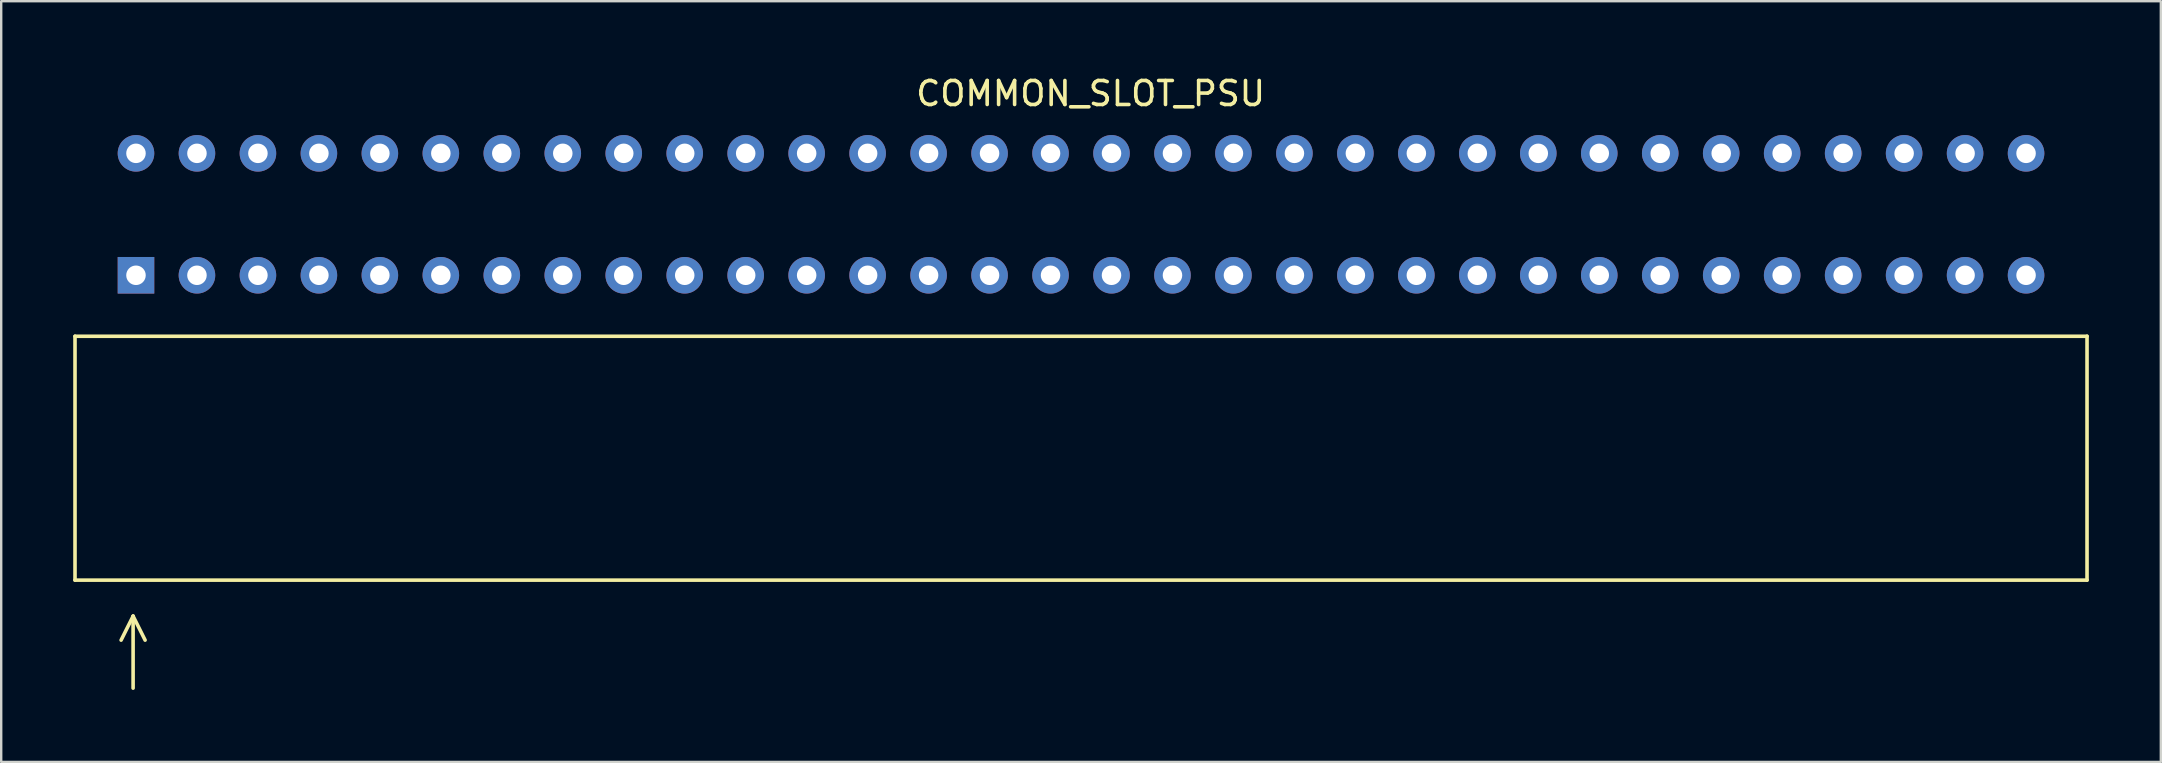
<source format=kicad_pcb>
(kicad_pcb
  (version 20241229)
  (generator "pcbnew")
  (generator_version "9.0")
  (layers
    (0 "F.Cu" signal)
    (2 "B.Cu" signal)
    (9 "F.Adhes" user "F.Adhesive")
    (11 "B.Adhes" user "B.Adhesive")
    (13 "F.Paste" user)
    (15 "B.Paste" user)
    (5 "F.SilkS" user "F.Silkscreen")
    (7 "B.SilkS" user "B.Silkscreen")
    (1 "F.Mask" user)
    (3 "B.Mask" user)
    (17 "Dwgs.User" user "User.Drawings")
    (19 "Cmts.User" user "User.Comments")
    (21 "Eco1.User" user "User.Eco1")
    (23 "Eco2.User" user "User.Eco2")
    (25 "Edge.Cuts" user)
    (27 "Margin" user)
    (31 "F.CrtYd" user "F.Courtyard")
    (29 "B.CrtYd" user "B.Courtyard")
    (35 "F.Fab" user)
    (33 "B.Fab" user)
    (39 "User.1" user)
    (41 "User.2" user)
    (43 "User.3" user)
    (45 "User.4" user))
  (footprint "COMMON_SLOT_PSU"
    (layer "F.Cu")
    (at 41.985 5.878)
    (property "Reference" "COMMON_SLOT_PSU" (at 0.4 -5.03 0) (layer "F.SilkS") (effects (font (size 1 1) (thickness 0.15))))
    (attr through_hole)
    (fp_line (start -41.91 5.08) (end -41.91 15.24) (stroke (width 0.15) (type solid)) (layer "F.SilkS"))
    (fp_line (start -39.49 16.74) (end -39.99 17.74) (stroke (width 0.15) (type solid)) (layer "F.SilkS"))
    (fp_line (start -39.49 16.74) (end -38.99 17.74) (stroke (width 0.15) (type solid)) (layer "F.SilkS"))
    (fp_line (start -39.49 19.74) (end -39.49 16.74) (stroke (width 0.15) (type solid)) (layer "F.SilkS"))
    (fp_line (start 41.91 5.08) (end -41.91 5.08) (stroke (width 0.15) (type solid)) (layer "F.SilkS"))
    (fp_line (start 41.91 5.08) (end 41.91 15.24) (stroke (width 0.15) (type solid)) (layer "F.SilkS"))
    (fp_line (start 41.91 15.24) (end -41.91 15.24) (stroke (width 0.15) (type solid)) (layer "F.SilkS"))
    (pad "1" thru_hole rect (at -39.37 2.54) (size 1.524 1.524) (drill 0.813) (layers "*.Cu" "*.Mask"))
    (pad "2" thru_hole circle (at -36.83 2.54) (size 1.524 1.524) (drill 0.813) (layers "*.Cu" "*.Mask"))
    (pad "3" thru_hole circle (at -34.29 2.54) (size 1.524 1.524) (drill 0.813) (layers "*.Cu" "*.Mask"))
    (pad "4" thru_hole circle (at -31.75 2.54) (size 1.524 1.524) (drill 0.813) (layers "*.Cu" "*.Mask"))
    (pad "5" thru_hole circle (at -29.21 2.54) (size 1.524 1.524) (drill 0.813) (layers "*.Cu" "*.Mask"))
    (pad "6" thru_hole circle (at -26.67 2.54) (size 1.524 1.524) (drill 0.813) (layers "*.Cu" "*.Mask"))
    (pad "7" thru_hole circle (at -24.13 2.54) (size 1.524 1.524) (drill 0.813) (layers "*.Cu" "*.Mask"))
    (pad "8" thru_hole circle (at -21.59 2.54) (size 1.524 1.524) (drill 0.813) (layers "*.Cu" "*.Mask"))
    (pad "9" thru_hole circle (at -19.05 2.54) (size 1.524 1.524) (drill 0.813) (layers "*.Cu" "*.Mask"))
    (pad "10" thru_hole circle (at -16.51 2.54) (size 1.524 1.524) (drill 0.813) (layers "*.Cu" "*.Mask"))
    (pad "11" thru_hole circle (at -13.97 2.54) (size 1.524 1.524) (drill 0.813) (layers "*.Cu" "*.Mask"))
    (pad "12" thru_hole circle (at -11.43 2.54) (size 1.524 1.524) (drill 0.813) (layers "*.Cu" "*.Mask"))
    (pad "13" thru_hole circle (at -8.89 2.54) (size 1.524 1.524) (drill 0.813) (layers "*.Cu" "*.Mask"))
    (pad "14" thru_hole circle (at -6.35 2.54) (size 1.524 1.524) (drill 0.813) (layers "*.Cu" "*.Mask"))
    (pad "15" thru_hole circle (at -3.81 2.54) (size 1.524 1.524) (drill 0.813) (layers "*.Cu" "*.Mask"))
    (pad "16" thru_hole circle (at -1.27 2.54) (size 1.524 1.524) (drill 0.813) (layers "*.Cu" "*.Mask"))
    (pad "17" thru_hole circle (at 1.27 2.54) (size 1.524 1.524) (drill 0.813) (layers "*.Cu" "*.Mask"))
    (pad "18" thru_hole circle (at 3.81 2.54) (size 1.524 1.524) (drill 0.813) (layers "*.Cu" "*.Mask"))
    (pad "19" thru_hole circle (at 6.35 2.54) (size 1.524 1.524) (drill 0.813) (layers "*.Cu" "*.Mask"))
    (pad "20" thru_hole circle (at 8.89 2.54) (size 1.524 1.524) (drill 0.813) (layers "*.Cu" "*.Mask"))
    (pad "21" thru_hole circle (at 11.43 2.54) (size 1.524 1.524) (drill 0.813) (layers "*.Cu" "*.Mask"))
    (pad "22" thru_hole circle (at 13.97 2.54) (size 1.524 1.524) (drill 0.813) (layers "*.Cu" "*.Mask"))
    (pad "23" thru_hole circle (at 16.51 2.54) (size 1.524 1.524) (drill 0.813) (layers "*.Cu" "*.Mask"))
    (pad "24" thru_hole circle (at 19.05 2.54) (size 1.524 1.524) (drill 0.813) (layers "*.Cu" "*.Mask"))
    (pad "25" thru_hole circle (at 21.59 2.54) (size 1.524 1.524) (drill 0.813) (layers "*.Cu" "*.Mask"))
    (pad "26" thru_hole circle (at 24.13 2.54) (size 1.524 1.524) (drill 0.813) (layers "*.Cu" "*.Mask"))
    (pad "27" thru_hole circle (at 26.67 2.54) (size 1.524 1.524) (drill 0.813) (layers "*.Cu" "*.Mask"))
    (pad "28" thru_hole circle (at 29.21 2.54) (size 1.524 1.524) (drill 0.813) (layers "*.Cu" "*.Mask"))
    (pad "29" thru_hole circle (at 31.75 2.54) (size 1.524 1.524) (drill 0.813) (layers "*.Cu" "*.Mask"))
    (pad "30" thru_hole circle (at 34.29 2.54) (size 1.524 1.524) (drill 0.813) (layers "*.Cu" "*.Mask"))
    (pad "31" thru_hole circle (at 36.83 2.54) (size 1.524 1.524) (drill 0.813) (layers "*.Cu" "*.Mask"))
    (pad "32" thru_hole circle (at 39.37 2.54) (size 1.524 1.524) (drill 0.813) (layers "*.Cu" "*.Mask"))
    (pad "33" thru_hole circle (at 39.37 -2.54) (size 1.524 1.524) (drill 0.813) (layers "*.Cu" "*.Mask"))
    (pad "34" thru_hole circle (at 36.83 -2.54) (size 1.524 1.524) (drill 0.813) (layers "*.Cu" "*.Mask"))
    (pad "35" thru_hole circle (at 34.29 -2.54) (size 1.524 1.524) (drill 0.813) (layers "*.Cu" "*.Mask"))
    (pad "36" thru_hole circle (at 31.75 -2.54) (size 1.524 1.524) (drill 0.813) (layers "*.Cu" "*.Mask"))
    (pad "37" thru_hole circle (at 29.21 -2.54) (size 1.524 1.524) (drill 0.813) (layers "*.Cu" "*.Mask"))
    (pad "38" thru_hole circle (at 26.67 -2.54) (size 1.524 1.524) (drill 0.813) (layers "*.Cu" "*.Mask"))
    (pad "39" thru_hole circle (at 24.13 -2.54) (size 1.524 1.524) (drill 0.813) (layers "*.Cu" "*.Mask"))
    (pad "40" thru_hole circle (at 21.59 -2.54) (size 1.524 1.524) (drill 0.813) (layers "*.Cu" "*.Mask"))
    (pad "41" thru_hole circle (at 19.05 -2.54) (size 1.524 1.524) (drill 0.813) (layers "*.Cu" "*.Mask"))
    (pad "42" thru_hole circle (at 16.51 -2.54) (size 1.524 1.524) (drill 0.813) (layers "*.Cu" "*.Mask"))
    (pad "43" thru_hole circle (at 13.97 -2.54) (size 1.524 1.524) (drill 0.813) (layers "*.Cu" "*.Mask"))
    (pad "44" thru_hole circle (at 11.43 -2.54) (size 1.524 1.524) (drill 0.813) (layers "*.Cu" "*.Mask"))
    (pad "45" thru_hole circle (at 8.89 -2.54) (size 1.524 1.524) (drill 0.813) (layers "*.Cu" "*.Mask"))
    (pad "46" thru_hole circle (at 6.35 -2.54) (size 1.524 1.524) (drill 0.813) (layers "*.Cu" "*.Mask"))
    (pad "47" thru_hole circle (at 3.81 -2.54) (size 1.524 1.524) (drill 0.813) (layers "*.Cu" "*.Mask"))
    (pad "48" thru_hole circle (at 1.27 -2.54) (size 1.524 1.524) (drill 0.813) (layers "*.Cu" "*.Mask"))
    (pad "49" thru_hole circle (at -1.27 -2.54) (size 1.524 1.524) (drill 0.813) (layers "*.Cu" "*.Mask"))
    (pad "50" thru_hole circle (at -3.81 -2.54) (size 1.524 1.524) (drill 0.813) (layers "*.Cu" "*.Mask"))
    (pad "51" thru_hole circle (at -6.35 -2.54) (size 1.524 1.524) (drill 0.813) (layers "*.Cu" "*.Mask"))
    (pad "52" thru_hole circle (at -8.89 -2.54) (size 1.524 1.524) (drill 0.813) (layers "*.Cu" "*.Mask"))
    (pad "53" thru_hole circle (at -11.43 -2.54) (size 1.524 1.524) (drill 0.813) (layers "*.Cu" "*.Mask"))
    (pad "54" thru_hole circle (at -13.97 -2.54) (size 1.524 1.524) (drill 0.813) (layers "*.Cu" "*.Mask"))
    (pad "55" thru_hole circle (at -16.51 -2.54) (size 1.524 1.524) (drill 0.813) (layers "*.Cu" "*.Mask"))
    (pad "56" thru_hole circle (at -19.05 -2.54) (size 1.524 1.524) (drill 0.813) (layers "*.Cu" "*.Mask"))
    (pad "57" thru_hole circle (at -21.59 -2.54) (size 1.524 1.524) (drill 0.813) (layers "*.Cu" "*.Mask"))
    (pad "58" thru_hole circle (at -24.13 -2.54) (size 1.524 1.524) (drill 0.813) (layers "*.Cu" "*.Mask"))
    (pad "59" thru_hole circle (at -26.67 -2.54) (size 1.524 1.524) (drill 0.813) (layers "*.Cu" "*.Mask"))
    (pad "60" thru_hole circle (at -29.21 -2.54) (size 1.524 1.524) (drill 0.813) (layers "*.Cu" "*.Mask"))
    (pad "61" thru_hole circle (at -31.75 -2.54) (size 1.524 1.524) (drill 0.813) (layers "*.Cu" "*.Mask"))
    (pad "62" thru_hole circle (at -34.29 -2.54) (size 1.524 1.524) (drill 0.813) (layers "*.Cu" "*.Mask"))
    (pad "63" thru_hole circle (at -36.83 -2.54) (size 1.524 1.524) (drill 0.813) (layers "*.Cu" "*.Mask"))
    (pad "64" thru_hole circle (at -39.37 -2.54) (size 1.524 1.524) (drill 0.813) (layers "*.Cu" "*.Mask")))
  (gr_rect
    (start -3 -3)
    (end 86.97 28.693)
    (stroke (width 0.1) (type default))
    (fill no)
    (layer "Edge.Cuts")))
</source>
